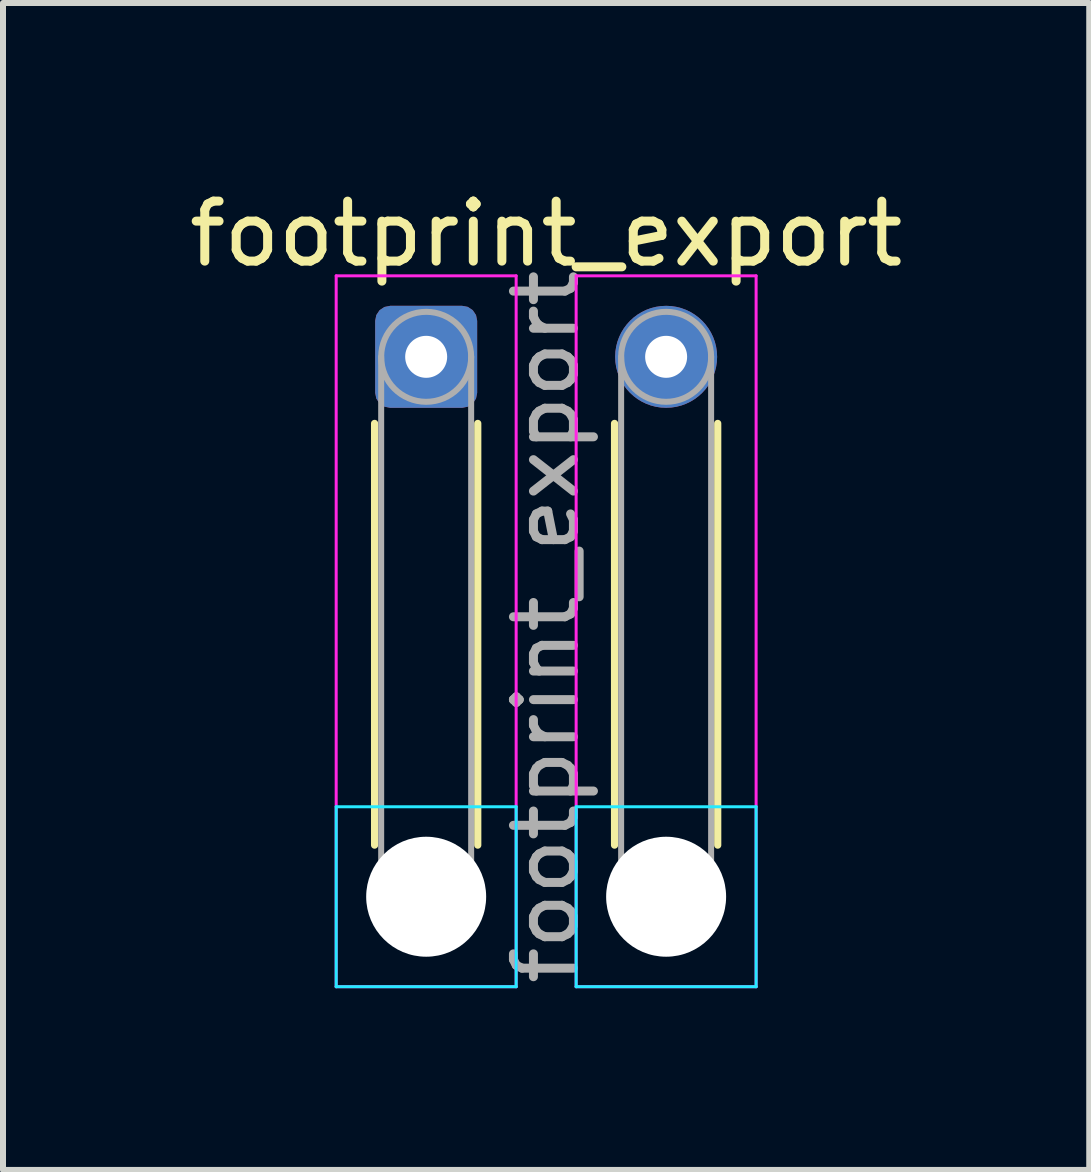
<source format=kicad_pcb>
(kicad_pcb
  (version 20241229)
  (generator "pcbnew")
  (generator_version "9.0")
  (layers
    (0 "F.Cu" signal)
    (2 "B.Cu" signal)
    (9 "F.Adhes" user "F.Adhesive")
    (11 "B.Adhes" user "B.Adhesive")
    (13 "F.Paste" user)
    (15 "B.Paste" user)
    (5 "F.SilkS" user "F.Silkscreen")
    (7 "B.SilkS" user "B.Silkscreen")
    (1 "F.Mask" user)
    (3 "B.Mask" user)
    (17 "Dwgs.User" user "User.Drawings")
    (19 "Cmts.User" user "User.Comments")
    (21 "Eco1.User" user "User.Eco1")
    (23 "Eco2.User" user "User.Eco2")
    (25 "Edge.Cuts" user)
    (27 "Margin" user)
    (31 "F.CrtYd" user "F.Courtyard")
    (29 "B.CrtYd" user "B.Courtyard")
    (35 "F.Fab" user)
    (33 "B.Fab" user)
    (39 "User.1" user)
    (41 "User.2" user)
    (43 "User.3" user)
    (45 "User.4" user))
  (footprint "footprint_export"
    (layer "F.Cu")
    (at 4.054 2.898)
    (property "Reference" "footprint_export" (at 2 -2.05 0) (layer "F.SilkS") (effects (font (size 1 1) (thickness 0.15))))
    (attr exclude_from_pos_files exclude_from_bom)
    (fp_line (start -0.86 1.11) (end -0.86 8.14) (stroke (width 0.12) (type solid)) (layer "F.SilkS"))
    (fp_line (start 0.86 1.11) (end 0.86 8.14) (stroke (width 0.12) (type solid)) (layer "F.SilkS"))
    (fp_line (start 3.14 1.11) (end 3.14 8.14) (stroke (width 0.12) (type solid)) (layer "F.SilkS"))
    (fp_line (start 4.86 1.11) (end 4.86 8.14) (stroke (width 0.12) (type solid)) (layer "F.SilkS"))
    (fp_line (start -1.5 7.5) (end -1.5 10.5) (stroke (width 0.05) (type solid)) (layer "B.CrtYd"))
    (fp_line (start -1.5 10.5) (end 1.5 10.5) (stroke (width 0.05) (type solid)) (layer "B.CrtYd"))
    (fp_line (start 1.5 7.5) (end -1.5 7.5) (stroke (width 0.05) (type solid)) (layer "B.CrtYd"))
    (fp_line (start 1.5 10.5) (end 1.5 7.5) (stroke (width 0.05) (type solid)) (layer "B.CrtYd"))
    (fp_line (start 2.5 7.5) (end 2.5 10.5) (stroke (width 0.05) (type solid)) (layer "B.CrtYd"))
    (fp_line (start 2.5 10.5) (end 5.5 10.5) (stroke (width 0.05) (type solid)) (layer "B.CrtYd"))
    (fp_line (start 5.5 7.5) (end 2.5 7.5) (stroke (width 0.05) (type solid)) (layer "B.CrtYd"))
    (fp_line (start 5.5 10.5) (end 5.5 7.5) (stroke (width 0.05) (type solid)) (layer "B.CrtYd"))
    (fp_line (start -1.5 -1.35) (end -1.5 10.5) (stroke (width 0.05) (type solid)) (layer "F.CrtYd"))
    (fp_line (start -1.5 10.5) (end 1.5 10.5) (stroke (width 0.05) (type solid)) (layer "F.CrtYd"))
    (fp_line (start 1.5 -1.35) (end -1.5 -1.35) (stroke (width 0.05) (type solid)) (layer "F.CrtYd"))
    (fp_line (start 1.5 10.5) (end 1.5 -1.35) (stroke (width 0.05) (type solid)) (layer "F.CrtYd"))
    (fp_line (start 2.5 -1.35) (end 2.5 10.5) (stroke (width 0.05) (type solid)) (layer "F.CrtYd"))
    (fp_line (start 2.5 10.5) (end 5.5 10.5) (stroke (width 0.05) (type solid)) (layer "F.CrtYd"))
    (fp_line (start 5.5 -1.35) (end 2.5 -1.35) (stroke (width 0.05) (type solid)) (layer "F.CrtYd"))
    (fp_line (start 5.5 10.5) (end 5.5 -1.35) (stroke (width 0.05) (type solid)) (layer "F.CrtYd"))
    (fp_line (start -0.75 0) (end -0.75 9) (stroke (width 0.1) (type solid)) (layer "F.Fab"))
    (fp_line (start 0.75 0) (end 0.75 9) (stroke (width 0.1) (type solid)) (layer "F.Fab"))
    (fp_line (start 3.25 0) (end 3.25 9) (stroke (width 0.1) (type solid)) (layer "F.Fab"))
    (fp_line (start 4.75 0) (end 4.75 9) (stroke (width 0.1) (type solid)) (layer "F.Fab"))
    (fp_circle (center 0 0) (end 0.75 0) (stroke (width 0.1) (type solid)) (fill no) (layer "F.Fab"))
    (fp_circle (center 0 9) (end 0.75 9) (stroke (width 0.1) (type solid)) (fill no) (layer "F.Fab"))
    (fp_circle (center 4 0) (end 4.75 0) (stroke (width 0.1) (type solid)) (fill no) (layer "F.Fab"))
    (fp_circle (center 4 9) (end 4.75 9) (stroke (width 0.1) (type solid)) (fill no) (layer "F.Fab"))
    (fp_text user "${REFERENCE}" (at 2 4.5 90) (layer "F.Fab") (effects (font (size 1 1) (thickness 0.15))))
    (pad "" np_thru_hole circle (at 0 9) (size 2 2) (drill 2) (layers "*.Cu" "*.Mask"))
    (pad "" np_thru_hole circle (at 4 9) (size 2 2) (drill 2) (layers "*.Cu" "*.Mask"))
    (pad "1" thru_hole roundrect (at 0 0) (size 1.7 1.7) (drill 0.7) (layers "*.Cu" "*.Mask") (roundrect_rratio 0.147))
    (pad "2" thru_hole circle (at 4 0) (size 1.7 1.7) (drill 0.7) (layers "*.Cu" "*.Mask")))
  (gr_rect
    (start -3 -3)
    (end 15.107 16.452)
    (stroke (width 0.1) (type default))
    (fill no)
    (layer "Edge.Cuts")))
</source>
